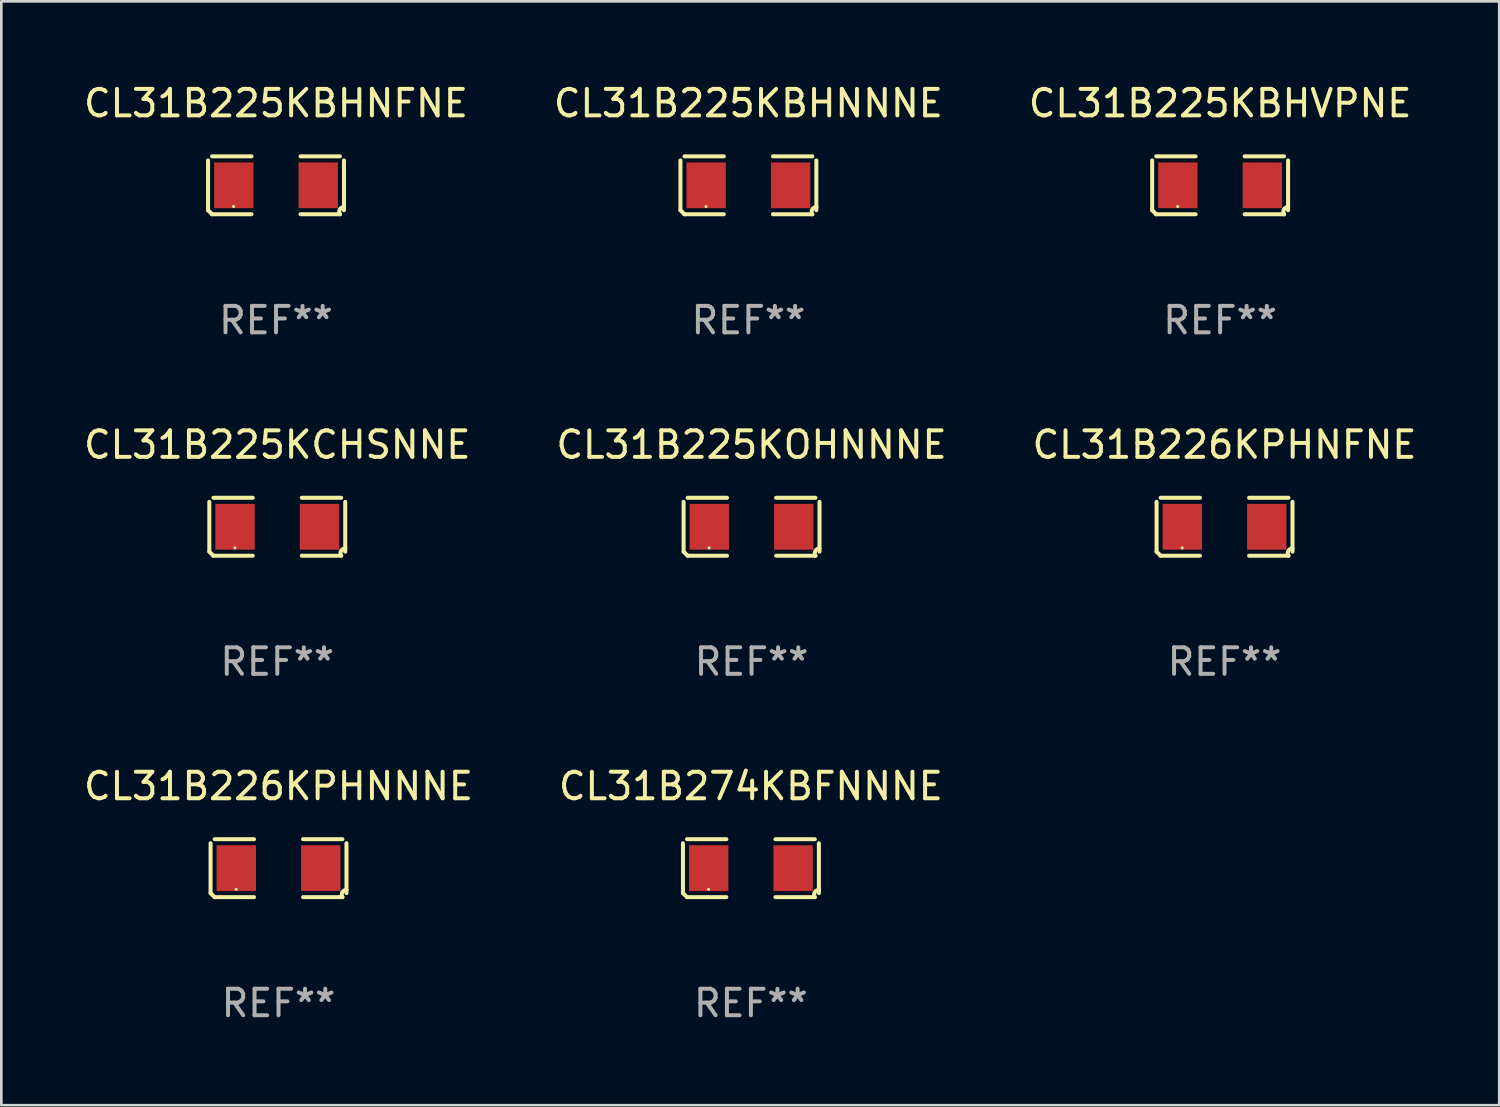
<source format=kicad_pcb>
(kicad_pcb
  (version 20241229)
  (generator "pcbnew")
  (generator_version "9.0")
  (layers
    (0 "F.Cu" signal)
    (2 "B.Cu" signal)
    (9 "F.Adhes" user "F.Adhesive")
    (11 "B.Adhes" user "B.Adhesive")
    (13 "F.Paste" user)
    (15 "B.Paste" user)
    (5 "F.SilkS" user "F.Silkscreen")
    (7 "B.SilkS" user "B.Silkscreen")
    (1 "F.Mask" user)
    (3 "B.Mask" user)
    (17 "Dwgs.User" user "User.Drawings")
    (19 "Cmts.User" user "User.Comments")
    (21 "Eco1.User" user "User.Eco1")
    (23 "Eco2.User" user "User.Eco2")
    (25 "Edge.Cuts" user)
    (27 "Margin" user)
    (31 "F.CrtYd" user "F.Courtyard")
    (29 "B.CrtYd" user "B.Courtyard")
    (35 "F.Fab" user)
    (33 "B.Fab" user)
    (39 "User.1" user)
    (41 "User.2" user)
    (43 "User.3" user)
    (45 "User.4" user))
  (footprint "CL31B225KBHNNNE"
    (layer "F.Cu")
    (at 25.185 3.941)
    (property "Reference" "CL31B225KBHNNNE" (at 0 -3.093 0) (layer "F.SilkS") (effects (font (size 1 1) (thickness 0.15))))
    (attr through_hole)
    (fp_line (start -2.564 0.94) (end -2.564 -0.94) (stroke (width 0.152) (type solid)) (layer "F.SilkS"))
    (fp_line (start -2.411 -1.093) (end -0.926 -1.093) (stroke (width 0.152) (type solid)) (layer "F.SilkS"))
    (fp_line (start -0.926 1.093) (end -2.411 1.093) (stroke (width 0.152) (type solid)) (layer "F.SilkS"))
    (fp_line (start 0.926 1.093) (end 2.411 1.093) (stroke (width 0.152) (type solid)) (layer "F.SilkS"))
    (fp_line (start 2.411 -1.093) (end 0.926 -1.093) (stroke (width 0.152) (type solid)) (layer "F.SilkS"))
    (fp_line (start 2.564 0.94) (end 2.564 -0.94) (stroke (width 0.152) (type solid)) (layer "F.SilkS"))
    (fp_arc (start -2.411201 1.092609) (mid -2.487413 1.01642) (end -2.563602 0.940208) (stroke (width 0.1524) (type solid)) (layer "F.SilkS"))
    (fp_arc (start 2.411201 1.092609) (mid 2.407159 0.911226) (end 2.563602 0.819347) (stroke (width 0.1524) (type solid)) (layer "F.SilkS"))
    (fp_circle (center -1.6 0.8) (end -1.57 0.8) (stroke (width 0.06) (type solid)) (fill no) (layer "F.SilkS"))
    (fp_text user "REF**" (at 0 5.093 0) (layer "F.Fab") (effects (font (size 1 1) (thickness 0.15))))
    (pad "1" smd rect (at -1.593 0) (size 1.485 1.728) (layers "F.Cu" "F.Mask" "F.Paste"))
    (pad "2" smd rect (at 1.593 0) (size 1.485 1.728) (layers "F.Cu" "F.Mask" "F.Paste")))
  (footprint "CL31B225KCHSNNE"
    (layer "F.Cu")
    (at 7.411 16.823)
    (property "Reference" "CL31B225KCHSNNE" (at 0 -3.093 0) (layer "F.SilkS") (effects (font (size 1 1) (thickness 0.15))))
    (attr through_hole)
    (fp_line (start -2.564 0.94) (end -2.564 -0.94) (stroke (width 0.152) (type solid)) (layer "F.SilkS"))
    (fp_line (start -2.411 -1.093) (end -0.926 -1.093) (stroke (width 0.152) (type solid)) (layer "F.SilkS"))
    (fp_line (start -0.926 1.093) (end -2.411 1.093) (stroke (width 0.152) (type solid)) (layer "F.SilkS"))
    (fp_line (start 0.926 1.093) (end 2.411 1.093) (stroke (width 0.152) (type solid)) (layer "F.SilkS"))
    (fp_line (start 2.411 -1.093) (end 0.926 -1.093) (stroke (width 0.152) (type solid)) (layer "F.SilkS"))
    (fp_line (start 2.564 0.94) (end 2.564 -0.94) (stroke (width 0.152) (type solid)) (layer "F.SilkS"))
    (fp_arc (start -2.411201 1.092609) (mid -2.487413 1.01642) (end -2.563602 0.940208) (stroke (width 0.1524) (type solid)) (layer "F.SilkS"))
    (fp_arc (start 2.411201 1.092609) (mid 2.407159 0.911226) (end 2.563602 0.819347) (stroke (width 0.1524) (type solid)) (layer "F.SilkS"))
    (fp_circle (center -1.6 0.8) (end -1.57 0.8) (stroke (width 0.06) (type solid)) (fill no) (layer "F.SilkS"))
    (fp_text user "REF**" (at 0 5.093 0) (layer "F.Fab") (effects (font (size 1 1) (thickness 0.15))))
    (pad "1" smd rect (at -1.593 0) (size 1.485 1.728) (layers "F.Cu" "F.Mask" "F.Paste"))
    (pad "2" smd rect (at 1.593 0) (size 1.485 1.728) (layers "F.Cu" "F.Mask" "F.Paste")))
  (footprint "CL31B226KPHNNNE"
    (layer "F.Cu")
    (at 7.458 29.704)
    (property "Reference" "CL31B226KPHNNNE" (at 0 -3.093 0) (layer "F.SilkS") (effects (font (size 1 1) (thickness 0.15))))
    (attr through_hole)
    (fp_line (start -2.564 0.94) (end -2.564 -0.94) (stroke (width 0.152) (type solid)) (layer "F.SilkS"))
    (fp_line (start -2.411 -1.093) (end -0.926 -1.093) (stroke (width 0.152) (type solid)) (layer "F.SilkS"))
    (fp_line (start -0.926 1.093) (end -2.411 1.093) (stroke (width 0.152) (type solid)) (layer "F.SilkS"))
    (fp_line (start 0.926 1.093) (end 2.411 1.093) (stroke (width 0.152) (type solid)) (layer "F.SilkS"))
    (fp_line (start 2.411 -1.093) (end 0.926 -1.093) (stroke (width 0.152) (type solid)) (layer "F.SilkS"))
    (fp_line (start 2.564 0.94) (end 2.564 -0.94) (stroke (width 0.152) (type solid)) (layer "F.SilkS"))
    (fp_arc (start -2.411201 1.092609) (mid -2.487413 1.01642) (end -2.563602 0.940208) (stroke (width 0.1524) (type solid)) (layer "F.SilkS"))
    (fp_arc (start 2.411201 1.092609) (mid 2.407159 0.911226) (end 2.563602 0.819347) (stroke (width 0.1524) (type solid)) (layer "F.SilkS"))
    (fp_circle (center -1.6 0.8) (end -1.57 0.8) (stroke (width 0.06) (type solid)) (fill no) (layer "F.SilkS"))
    (fp_text user "REF**" (at 0 5.093 0) (layer "F.Fab") (effects (font (size 1 1) (thickness 0.15))))
    (pad "1" smd rect (at -1.593 0) (size 1.485 1.728) (layers "F.Cu" "F.Mask" "F.Paste"))
    (pad "2" smd rect (at 1.593 0) (size 1.485 1.728) (layers "F.Cu" "F.Mask" "F.Paste")))
  (footprint "CL31B225KBHVPNE"
    (layer "F.Cu")
    (at 42.982 3.941)
    (property "Reference" "CL31B225KBHVPNE" (at 0 -3.093 0) (layer "F.SilkS") (effects (font (size 1 1) (thickness 0.15))))
    (attr through_hole)
    (fp_line (start -2.564 0.94) (end -2.564 -0.94) (stroke (width 0.152) (type solid)) (layer "F.SilkS"))
    (fp_line (start -2.411 -1.093) (end -0.926 -1.093) (stroke (width 0.152) (type solid)) (layer "F.SilkS"))
    (fp_line (start -0.926 1.093) (end -2.411 1.093) (stroke (width 0.152) (type solid)) (layer "F.SilkS"))
    (fp_line (start 0.926 1.093) (end 2.411 1.093) (stroke (width 0.152) (type solid)) (layer "F.SilkS"))
    (fp_line (start 2.411 -1.093) (end 0.926 -1.093) (stroke (width 0.152) (type solid)) (layer "F.SilkS"))
    (fp_line (start 2.564 0.94) (end 2.564 -0.94) (stroke (width 0.152) (type solid)) (layer "F.SilkS"))
    (fp_arc (start -2.411201 1.092609) (mid -2.487413 1.01642) (end -2.563602 0.940208) (stroke (width 0.1524) (type solid)) (layer "F.SilkS"))
    (fp_arc (start 2.411201 1.092609) (mid 2.407159 0.911226) (end 2.563602 0.819347) (stroke (width 0.1524) (type solid)) (layer "F.SilkS"))
    (fp_circle (center -1.6 0.8) (end -1.57 0.8) (stroke (width 0.06) (type solid)) (fill no) (layer "F.SilkS"))
    (fp_text user "REF**" (at 0 5.093 0) (layer "F.Fab") (effects (font (size 1 1) (thickness 0.15))))
    (pad "1" smd rect (at -1.593 0) (size 1.485 1.728) (layers "F.Cu" "F.Mask" "F.Paste"))
    (pad "2" smd rect (at 1.593 0) (size 1.485 1.728) (layers "F.Cu" "F.Mask" "F.Paste")))
  (footprint "CL31B226KPHNFNE"
    (layer "F.Cu")
    (at 43.149 16.823)
    (property "Reference" "CL31B226KPHNFNE" (at 0 -3.093 0) (layer "F.SilkS") (effects (font (size 1 1) (thickness 0.15))))
    (attr through_hole)
    (fp_line (start -2.564 0.94) (end -2.564 -0.94) (stroke (width 0.152) (type solid)) (layer "F.SilkS"))
    (fp_line (start -2.411 -1.093) (end -0.926 -1.093) (stroke (width 0.152) (type solid)) (layer "F.SilkS"))
    (fp_line (start -0.926 1.093) (end -2.411 1.093) (stroke (width 0.152) (type solid)) (layer "F.SilkS"))
    (fp_line (start 0.926 1.093) (end 2.411 1.093) (stroke (width 0.152) (type solid)) (layer "F.SilkS"))
    (fp_line (start 2.411 -1.093) (end 0.926 -1.093) (stroke (width 0.152) (type solid)) (layer "F.SilkS"))
    (fp_line (start 2.564 0.94) (end 2.564 -0.94) (stroke (width 0.152) (type solid)) (layer "F.SilkS"))
    (fp_arc (start -2.411201 1.092609) (mid -2.487413 1.01642) (end -2.563602 0.940208) (stroke (width 0.1524) (type solid)) (layer "F.SilkS"))
    (fp_arc (start 2.411201 1.092609) (mid 2.407159 0.911226) (end 2.563602 0.819347) (stroke (width 0.1524) (type solid)) (layer "F.SilkS"))
    (fp_circle (center -1.6 0.8) (end -1.57 0.8) (stroke (width 0.06) (type solid)) (fill no) (layer "F.SilkS"))
    (fp_text user "REF**" (at 0 5.093 0) (layer "F.Fab") (effects (font (size 1 1) (thickness 0.15))))
    (pad "1" smd rect (at -1.593 0) (size 1.485 1.728) (layers "F.Cu" "F.Mask" "F.Paste"))
    (pad "2" smd rect (at 1.593 0) (size 1.485 1.728) (layers "F.Cu" "F.Mask" "F.Paste")))
  (footprint "CL31B225KBHNFNE"
    (layer "F.Cu")
    (at 7.363 3.941)
    (property "Reference" "CL31B225KBHNFNE" (at 0 -3.093 0) (layer "F.SilkS") (effects (font (size 1 1) (thickness 0.15))))
    (attr through_hole)
    (fp_line (start -2.564 0.94) (end -2.564 -0.94) (stroke (width 0.152) (type solid)) (layer "F.SilkS"))
    (fp_line (start -2.411 -1.093) (end -0.926 -1.093) (stroke (width 0.152) (type solid)) (layer "F.SilkS"))
    (fp_line (start -0.926 1.093) (end -2.411 1.093) (stroke (width 0.152) (type solid)) (layer "F.SilkS"))
    (fp_line (start 0.926 1.093) (end 2.411 1.093) (stroke (width 0.152) (type solid)) (layer "F.SilkS"))
    (fp_line (start 2.411 -1.093) (end 0.926 -1.093) (stroke (width 0.152) (type solid)) (layer "F.SilkS"))
    (fp_line (start 2.564 0.94) (end 2.564 -0.94) (stroke (width 0.152) (type solid)) (layer "F.SilkS"))
    (fp_arc (start -2.411201 1.092609) (mid -2.487413 1.01642) (end -2.563602 0.940208) (stroke (width 0.1524) (type solid)) (layer "F.SilkS"))
    (fp_arc (start 2.411201 1.092609) (mid 2.407159 0.911226) (end 2.563602 0.819347) (stroke (width 0.1524) (type solid)) (layer "F.SilkS"))
    (fp_circle (center -1.6 0.8) (end -1.57 0.8) (stroke (width 0.06) (type solid)) (fill no) (layer "F.SilkS"))
    (fp_text user "REF**" (at 0 5.093 0) (layer "F.Fab") (effects (font (size 1 1) (thickness 0.15))))
    (pad "1" smd rect (at -1.593 0) (size 1.485 1.728) (layers "F.Cu" "F.Mask" "F.Paste"))
    (pad "2" smd rect (at 1.593 0) (size 1.485 1.728) (layers "F.Cu" "F.Mask" "F.Paste")))
  (footprint "CL31B274KBFNNNE"
    (layer "F.Cu")
    (at 25.28 29.704)
    (property "Reference" "CL31B274KBFNNNE" (at 0 -3.093 0) (layer "F.SilkS") (effects (font (size 1 1) (thickness 0.15))))
    (attr through_hole)
    (fp_line (start -2.564 0.94) (end -2.564 -0.94) (stroke (width 0.152) (type solid)) (layer "F.SilkS"))
    (fp_line (start -2.411 -1.093) (end -0.926 -1.093) (stroke (width 0.152) (type solid)) (layer "F.SilkS"))
    (fp_line (start -0.926 1.093) (end -2.411 1.093) (stroke (width 0.152) (type solid)) (layer "F.SilkS"))
    (fp_line (start 0.926 1.093) (end 2.411 1.093) (stroke (width 0.152) (type solid)) (layer "F.SilkS"))
    (fp_line (start 2.411 -1.093) (end 0.926 -1.093) (stroke (width 0.152) (type solid)) (layer "F.SilkS"))
    (fp_line (start 2.564 0.94) (end 2.564 -0.94) (stroke (width 0.152) (type solid)) (layer "F.SilkS"))
    (fp_arc (start -2.411201 1.092609) (mid -2.487413 1.01642) (end -2.563602 0.940208) (stroke (width 0.1524) (type solid)) (layer "F.SilkS"))
    (fp_arc (start 2.411201 1.092609) (mid 2.407159 0.911226) (end 2.563602 0.819347) (stroke (width 0.1524) (type solid)) (layer "F.SilkS"))
    (fp_circle (center -1.6 0.8) (end -1.57 0.8) (stroke (width 0.06) (type solid)) (fill no) (layer "F.SilkS"))
    (fp_text user "REF**" (at 0 5.093 0) (layer "F.Fab") (effects (font (size 1 1) (thickness 0.15))))
    (pad "1" smd rect (at -1.593 0) (size 1.485 1.728) (layers "F.Cu" "F.Mask" "F.Paste"))
    (pad "2" smd rect (at 1.593 0) (size 1.485 1.728) (layers "F.Cu" "F.Mask" "F.Paste")))
  (footprint "CL31B225KOHNNNE"
    (layer "F.Cu")
    (at 25.304 16.823)
    (property "Reference" "CL31B225KOHNNNE" (at 0 -3.093 0) (layer "F.SilkS") (effects (font (size 1 1) (thickness 0.15))))
    (attr through_hole)
    (fp_line (start -2.564 0.94) (end -2.564 -0.94) (stroke (width 0.152) (type solid)) (layer "F.SilkS"))
    (fp_line (start -2.411 -1.093) (end -0.926 -1.093) (stroke (width 0.152) (type solid)) (layer "F.SilkS"))
    (fp_line (start -0.926 1.093) (end -2.411 1.093) (stroke (width 0.152) (type solid)) (layer "F.SilkS"))
    (fp_line (start 0.926 1.093) (end 2.411 1.093) (stroke (width 0.152) (type solid)) (layer "F.SilkS"))
    (fp_line (start 2.411 -1.093) (end 0.926 -1.093) (stroke (width 0.152) (type solid)) (layer "F.SilkS"))
    (fp_line (start 2.564 0.94) (end 2.564 -0.94) (stroke (width 0.152) (type solid)) (layer "F.SilkS"))
    (fp_arc (start -2.411201 1.092609) (mid -2.487413 1.01642) (end -2.563602 0.940208) (stroke (width 0.1524) (type solid)) (layer "F.SilkS"))
    (fp_arc (start 2.411201 1.092609) (mid 2.407159 0.911226) (end 2.563602 0.819347) (stroke (width 0.1524) (type solid)) (layer "F.SilkS"))
    (fp_circle (center -1.6 0.8) (end -1.57 0.8) (stroke (width 0.06) (type solid)) (fill no) (layer "F.SilkS"))
    (fp_text user "REF**" (at 0 5.093 0) (layer "F.Fab") (effects (font (size 1 1) (thickness 0.15))))
    (pad "1" smd rect (at -1.593 0) (size 1.485 1.728) (layers "F.Cu" "F.Mask" "F.Paste"))
    (pad "2" smd rect (at 1.593 0) (size 1.485 1.728) (layers "F.Cu" "F.Mask" "F.Paste")))
  (gr_rect
    (start -3 -3)
    (end 53.512 38.645)
    (stroke (width 0.1) (type default))
    (fill no)
    (layer "Edge.Cuts")))
</source>
